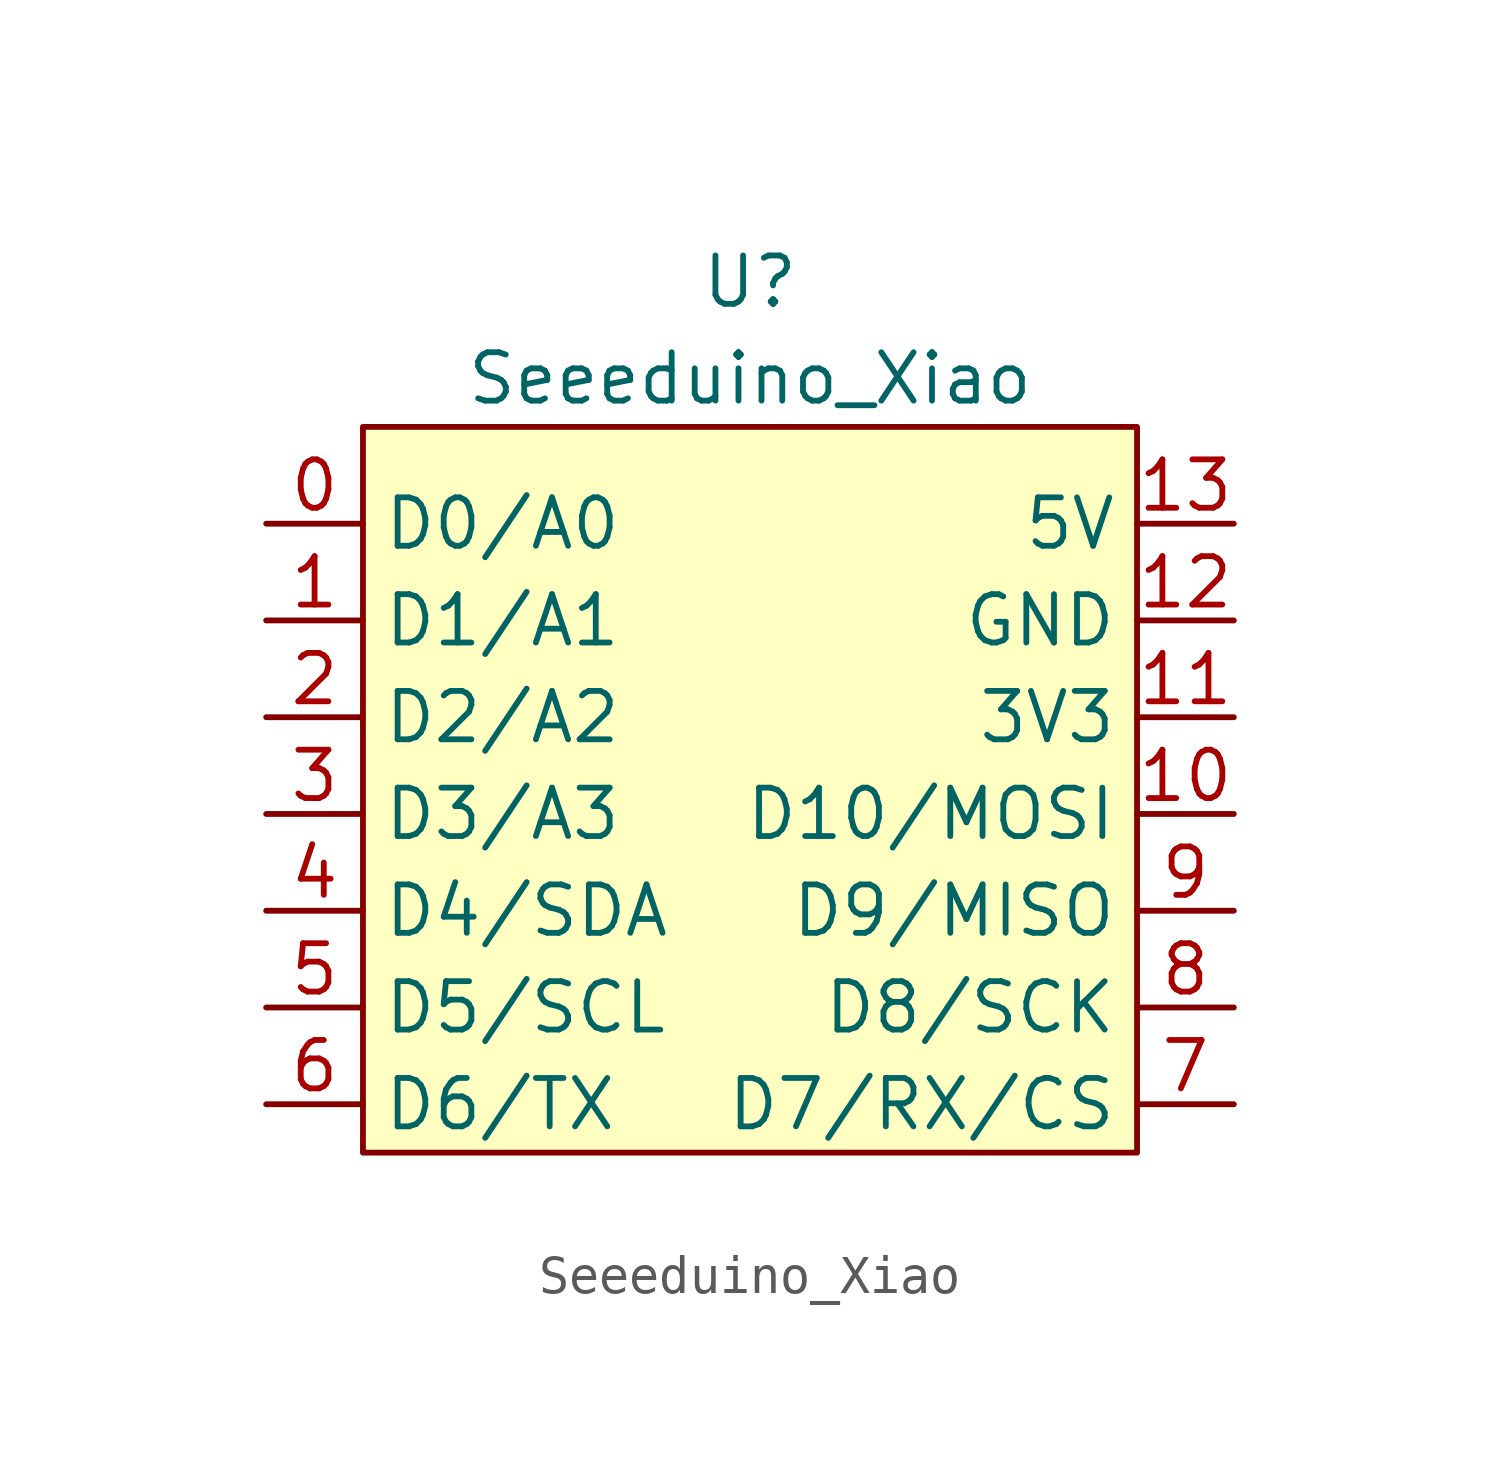
<source format=kicad_sym>
(kicad_symbol_lib
  (version 20211014)
  (generator kicad_symbol_editor)
  (symbol "Seeeduino_Xiao"
    (property "Reference" "U"
      (at 0 13.97 0)
      (effects (font (size 1.27 1.27))))
    (property "Value" "Seeeduino_Xiao"
      (at 0 11.43 0)
      (effects (font (size 1.27 1.27))))
    (symbol "Seeeduino_Xiao_0_1"
      (rectangle (start -10.16 10.16) (end 10.16 -8.89) (stroke (width 0) (type default) (color 0 0 0 0)) (fill (type background))))
    (symbol "Seeeduino_Xiao_1_1"
      (pin bidirectional line (at -12.7 7.62 0) (length 2.54) (name "D0/A0" (effects (font (size 1.27 1.27)))) (number "0" (effects (font (size 1.27 1.27)))))
      (pin bidirectional line (at -12.7 5.08 0) (length 2.54) (name "D1/A1" (effects (font (size 1.27 1.27)))) (number "1" (effects (font (size 1.27 1.27)))))
      (pin bidirectional line (at 12.7 0 180) (length 2.54) (name "D10/MOSI" (effects (font (size 1.27 1.27)))) (number "10" (effects (font (size 1.27 1.27)))))
      (pin power_out line (at 12.7 2.54 180) (length 2.54) (name "3V3" (effects (font (size 1.27 1.27)))) (number "11" (effects (font (size 1.27 1.27)))))
      (pin power_out line (at 12.7 5.08 180) (length 2.54) (name "GND" (effects (font (size 1.27 1.27)))) (number "12" (effects (font (size 1.27 1.27)))))
      (pin power_out line (at 12.7 7.62 180) (length 2.54) (name "5V" (effects (font (size 1.27 1.27)))) (number "13" (effects (font (size 1.27 1.27)))))
      (pin bidirectional line (at -12.7 2.54 0) (length 2.54) (name "D2/A2" (effects (font (size 1.27 1.27)))) (number "2" (effects (font (size 1.27 1.27)))))
      (pin bidirectional line (at -12.7 0 0) (length 2.54) (name "D3/A3" (effects (font (size 1.27 1.27)))) (number "3" (effects (font (size 1.27 1.27)))))
      (pin bidirectional line (at -12.7 -2.54 0) (length 2.54) (name "D4/SDA" (effects (font (size 1.27 1.27)))) (number "4" (effects (font (size 1.27 1.27)))))
      (pin bidirectional line (at -12.7 -5.08 0) (length 2.54) (name "D5/SCL" (effects (font (size 1.27 1.27)))) (number "5" (effects (font (size 1.27 1.27)))))
      (pin bidirectional line (at -12.7 -7.62 0) (length 2.54) (name "D6/TX" (effects (font (size 1.27 1.27)))) (number "6" (effects (font (size 1.27 1.27)))))
      (pin bidirectional line (at 12.7 -7.62 180) (length 2.54) (name "D7/RX/CS" (effects (font (size 1.27 1.27)))) (number "7" (effects (font (size 1.27 1.27)))))
      (pin bidirectional line (at 12.7 -5.08 180) (length 2.54) (name "D8/SCK" (effects (font (size 1.27 1.27)))) (number "8" (effects (font (size 1.27 1.27)))))
      (pin bidirectional line (at 12.7 -2.54 180) (length 2.54) (name "D9/MISO" (effects (font (size 1.27 1.27)))) (number "9" (effects (font (size 1.27 1.27))))))))
</source>
